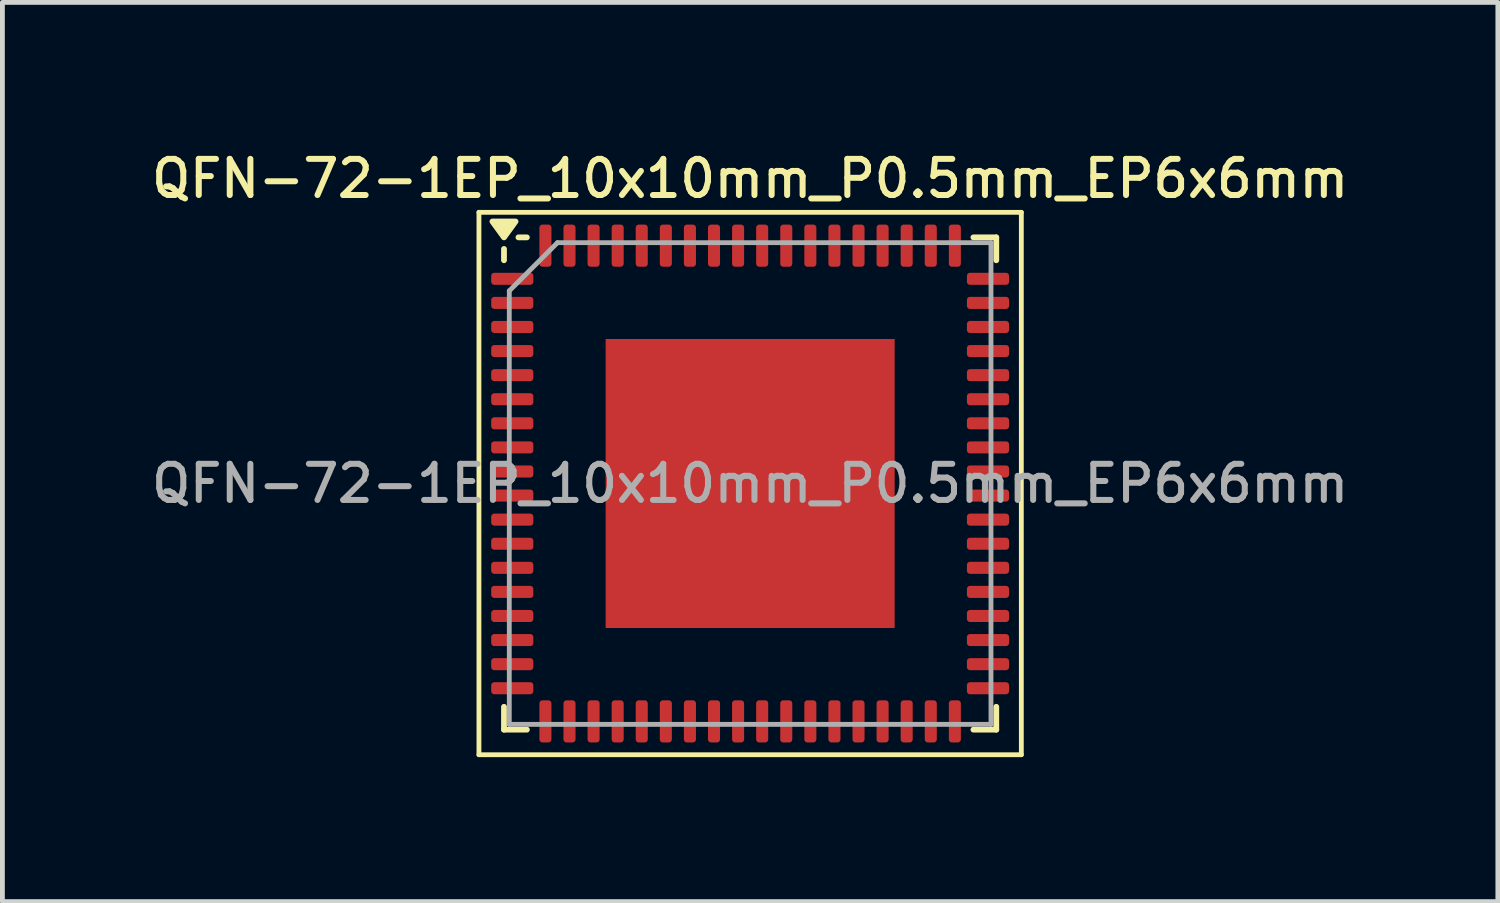
<source format=kicad_pcb>
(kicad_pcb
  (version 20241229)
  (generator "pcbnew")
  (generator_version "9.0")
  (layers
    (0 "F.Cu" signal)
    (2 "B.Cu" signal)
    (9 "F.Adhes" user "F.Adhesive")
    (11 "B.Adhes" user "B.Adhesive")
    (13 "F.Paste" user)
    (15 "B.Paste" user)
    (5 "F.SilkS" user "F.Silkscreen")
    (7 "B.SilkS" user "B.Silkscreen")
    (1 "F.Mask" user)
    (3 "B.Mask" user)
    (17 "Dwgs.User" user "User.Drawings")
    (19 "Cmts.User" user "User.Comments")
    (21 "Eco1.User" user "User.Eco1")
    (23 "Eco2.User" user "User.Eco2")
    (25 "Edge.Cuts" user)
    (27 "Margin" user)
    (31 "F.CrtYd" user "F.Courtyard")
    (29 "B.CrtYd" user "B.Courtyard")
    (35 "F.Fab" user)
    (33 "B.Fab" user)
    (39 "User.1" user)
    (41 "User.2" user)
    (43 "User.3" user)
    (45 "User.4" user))
  (footprint "QFN-72-1EP_10x10mm_P0.5mm_EP6x6mm"
    (layer "F.Cu")
    (at 12.523 6.988)
    (property "Reference" "QFN-72-1EP_10x10mm_P0.5mm_EP6x6mm" (at 0 -6.33 0) (layer "F.SilkS") (effects (font (size 0.75 0.75) (thickness 0.125))))
    (attr smd)
    (fp_line (start -5.63 -5.63) (end -5.63 5.63) (stroke (width 0.1) (type solid)) (layer "F.SilkS"))
    (fp_line (start -5.63 5.63) (end 5.63 5.63) (stroke (width 0.1) (type solid)) (layer "F.SilkS"))
    (fp_line (start -5.11 -4.635) (end -5.11 -4.87) (stroke (width 0.12) (type solid)) (layer "F.SilkS"))
    (fp_line (start -5.11 5.11) (end -5.11 4.635) (stroke (width 0.12) (type solid)) (layer "F.SilkS"))
    (fp_line (start -4.635 -5.11) (end -4.81 -5.11) (stroke (width 0.12) (type solid)) (layer "F.SilkS"))
    (fp_line (start -4.635 5.11) (end -5.11 5.11) (stroke (width 0.12) (type solid)) (layer "F.SilkS"))
    (fp_line (start 4.635 -5.11) (end 5.11 -5.11) (stroke (width 0.12) (type solid)) (layer "F.SilkS"))
    (fp_line (start 4.635 5.11) (end 5.11 5.11) (stroke (width 0.12) (type solid)) (layer "F.SilkS"))
    (fp_line (start 5.11 -5.11) (end 5.11 -4.635) (stroke (width 0.12) (type solid)) (layer "F.SilkS"))
    (fp_line (start 5.11 5.11) (end 5.11 4.635) (stroke (width 0.12) (type solid)) (layer "F.SilkS"))
    (fp_line (start 5.63 -5.63) (end -5.63 -5.63) (stroke (width 0.1) (type solid)) (layer "F.SilkS"))
    (fp_line (start 5.63 5.63) (end 5.63 -5.63) (stroke (width 0.1) (type solid)) (layer "F.SilkS"))
    (fp_poly (pts (xy -5.11 -5.11) (xy -5.35 -5.44) (xy -4.87 -5.44) (xy -5.11 -5.11)) (stroke (width 0.12) (type solid)) (fill yes) (layer "F.SilkS"))
    (fp_line (start -5 -4) (end -4 -5) (stroke (width 0.1) (type solid)) (layer "F.Fab"))
    (fp_line (start -5 5) (end -5 -4) (stroke (width 0.1) (type solid)) (layer "F.Fab"))
    (fp_line (start -4 -5) (end 5 -5) (stroke (width 0.1) (type solid)) (layer "F.Fab"))
    (fp_line (start 5 -5) (end 5 5) (stroke (width 0.1) (type solid)) (layer "F.Fab"))
    (fp_line (start 5 5) (end -5 5) (stroke (width 0.1) (type solid)) (layer "F.Fab"))
    (fp_text user "${REFERENCE}" (at 0 0 0) (layer "F.Fab") (effects (font (size 0.75 0.75) (thickness 0.125))))
    (pad "" smd roundrect (at -2 -2) (size 1.61 1.61) (layers "F.Paste") (roundrect_rratio 0.155))
    (pad "" smd roundrect (at -2 0) (size 1.61 1.61) (layers "F.Paste") (roundrect_rratio 0.155))
    (pad "" smd roundrect (at -2 2) (size 1.61 1.61) (layers "F.Paste") (roundrect_rratio 0.155))
    (pad "" smd roundrect (at 0 -2) (size 1.61 1.61) (layers "F.Paste") (roundrect_rratio 0.155))
    (pad "" smd roundrect (at 0 0) (size 1.61 1.61) (layers "F.Paste") (roundrect_rratio 0.155))
    (pad "" smd roundrect (at 0 2) (size 1.61 1.61) (layers "F.Paste") (roundrect_rratio 0.155))
    (pad "" smd roundrect (at 2 -2) (size 1.61 1.61) (layers "F.Paste") (roundrect_rratio 0.155))
    (pad "" smd roundrect (at 2 0) (size 1.61 1.61) (layers "F.Paste") (roundrect_rratio 0.155))
    (pad "" smd roundrect (at 2 2) (size 1.61 1.61) (layers "F.Paste") (roundrect_rratio 0.155))
    (pad "1" smd roundrect (at -4.938 -4.25) (size 0.875 0.25) (layers "F.Cu" "F.Mask" "F.Paste") (roundrect_rratio 0.25))
    (pad "2" smd roundrect (at -4.938 -3.75) (size 0.875 0.25) (layers "F.Cu" "F.Mask" "F.Paste") (roundrect_rratio 0.25))
    (pad "3" smd roundrect (at -4.938 -3.25) (size 0.875 0.25) (layers "F.Cu" "F.Mask" "F.Paste") (roundrect_rratio 0.25))
    (pad "4" smd roundrect (at -4.938 -2.75) (size 0.875 0.25) (layers "F.Cu" "F.Mask" "F.Paste") (roundrect_rratio 0.25))
    (pad "5" smd roundrect (at -4.938 -2.25) (size 0.875 0.25) (layers "F.Cu" "F.Mask" "F.Paste") (roundrect_rratio 0.25))
    (pad "6" smd roundrect (at -4.938 -1.75) (size 0.875 0.25) (layers "F.Cu" "F.Mask" "F.Paste") (roundrect_rratio 0.25))
    (pad "7" smd roundrect (at -4.938 -1.25) (size 0.875 0.25) (layers "F.Cu" "F.Mask" "F.Paste") (roundrect_rratio 0.25))
    (pad "8" smd roundrect (at -4.938 -0.75) (size 0.875 0.25) (layers "F.Cu" "F.Mask" "F.Paste") (roundrect_rratio 0.25))
    (pad "9" smd roundrect (at -4.938 -0.25) (size 0.875 0.25) (layers "F.Cu" "F.Mask" "F.Paste") (roundrect_rratio 0.25))
    (pad "10" smd roundrect (at -4.938 0.25) (size 0.875 0.25) (layers "F.Cu" "F.Mask" "F.Paste") (roundrect_rratio 0.25))
    (pad "11" smd roundrect (at -4.938 0.75) (size 0.875 0.25) (layers "F.Cu" "F.Mask" "F.Paste") (roundrect_rratio 0.25))
    (pad "12" smd roundrect (at -4.938 1.25) (size 0.875 0.25) (layers "F.Cu" "F.Mask" "F.Paste") (roundrect_rratio 0.25))
    (pad "13" smd roundrect (at -4.938 1.75) (size 0.875 0.25) (layers "F.Cu" "F.Mask" "F.Paste") (roundrect_rratio 0.25))
    (pad "14" smd roundrect (at -4.938 2.25) (size 0.875 0.25) (layers "F.Cu" "F.Mask" "F.Paste") (roundrect_rratio 0.25))
    (pad "15" smd roundrect (at -4.938 2.75) (size 0.875 0.25) (layers "F.Cu" "F.Mask" "F.Paste") (roundrect_rratio 0.25))
    (pad "16" smd roundrect (at -4.938 3.25) (size 0.875 0.25) (layers "F.Cu" "F.Mask" "F.Paste") (roundrect_rratio 0.25))
    (pad "17" smd roundrect (at -4.938 3.75) (size 0.875 0.25) (layers "F.Cu" "F.Mask" "F.Paste") (roundrect_rratio 0.25))
    (pad "18" smd roundrect (at -4.938 4.25) (size 0.875 0.25) (layers "F.Cu" "F.Mask" "F.Paste") (roundrect_rratio 0.25))
    (pad "19" smd roundrect (at -4.25 4.938) (size 0.25 0.875) (layers "F.Cu" "F.Mask" "F.Paste") (roundrect_rratio 0.25))
    (pad "20" smd roundrect (at -3.75 4.938) (size 0.25 0.875) (layers "F.Cu" "F.Mask" "F.Paste") (roundrect_rratio 0.25))
    (pad "21" smd roundrect (at -3.25 4.938) (size 0.25 0.875) (layers "F.Cu" "F.Mask" "F.Paste") (roundrect_rratio 0.25))
    (pad "22" smd roundrect (at -2.75 4.938) (size 0.25 0.875) (layers "F.Cu" "F.Mask" "F.Paste") (roundrect_rratio 0.25))
    (pad "23" smd roundrect (at -2.25 4.938) (size 0.25 0.875) (layers "F.Cu" "F.Mask" "F.Paste") (roundrect_rratio 0.25))
    (pad "24" smd roundrect (at -1.75 4.938) (size 0.25 0.875) (layers "F.Cu" "F.Mask" "F.Paste") (roundrect_rratio 0.25))
    (pad "25" smd roundrect (at -1.25 4.938) (size 0.25 0.875) (layers "F.Cu" "F.Mask" "F.Paste") (roundrect_rratio 0.25))
    (pad "26" smd roundrect (at -0.75 4.938) (size 0.25 0.875) (layers "F.Cu" "F.Mask" "F.Paste") (roundrect_rratio 0.25))
    (pad "27" smd roundrect (at -0.25 4.938) (size 0.25 0.875) (layers "F.Cu" "F.Mask" "F.Paste") (roundrect_rratio 0.25))
    (pad "28" smd roundrect (at 0.25 4.938) (size 0.25 0.875) (layers "F.Cu" "F.Mask" "F.Paste") (roundrect_rratio 0.25))
    (pad "29" smd roundrect (at 0.75 4.938) (size 0.25 0.875) (layers "F.Cu" "F.Mask" "F.Paste") (roundrect_rratio 0.25))
    (pad "30" smd roundrect (at 1.25 4.938) (size 0.25 0.875) (layers "F.Cu" "F.Mask" "F.Paste") (roundrect_rratio 0.25))
    (pad "31" smd roundrect (at 1.75 4.938) (size 0.25 0.875) (layers "F.Cu" "F.Mask" "F.Paste") (roundrect_rratio 0.25))
    (pad "32" smd roundrect (at 2.25 4.938) (size 0.25 0.875) (layers "F.Cu" "F.Mask" "F.Paste") (roundrect_rratio 0.25))
    (pad "33" smd roundrect (at 2.75 4.938) (size 0.25 0.875) (layers "F.Cu" "F.Mask" "F.Paste") (roundrect_rratio 0.25))
    (pad "34" smd roundrect (at 3.25 4.938) (size 0.25 0.875) (layers "F.Cu" "F.Mask" "F.Paste") (roundrect_rratio 0.25))
    (pad "35" smd roundrect (at 3.75 4.938) (size 0.25 0.875) (layers "F.Cu" "F.Mask" "F.Paste") (roundrect_rratio 0.25))
    (pad "36" smd roundrect (at 4.25 4.938) (size 0.25 0.875) (layers "F.Cu" "F.Mask" "F.Paste") (roundrect_rratio 0.25))
    (pad "37" smd roundrect (at 4.938 4.25) (size 0.875 0.25) (layers "F.Cu" "F.Mask" "F.Paste") (roundrect_rratio 0.25))
    (pad "38" smd roundrect (at 4.938 3.75) (size 0.875 0.25) (layers "F.Cu" "F.Mask" "F.Paste") (roundrect_rratio 0.25))
    (pad "39" smd roundrect (at 4.938 3.25) (size 0.875 0.25) (layers "F.Cu" "F.Mask" "F.Paste") (roundrect_rratio 0.25))
    (pad "40" smd roundrect (at 4.938 2.75) (size 0.875 0.25) (layers "F.Cu" "F.Mask" "F.Paste") (roundrect_rratio 0.25))
    (pad "41" smd roundrect (at 4.938 2.25) (size 0.875 0.25) (layers "F.Cu" "F.Mask" "F.Paste") (roundrect_rratio 0.25))
    (pad "42" smd roundrect (at 4.938 1.75) (size 0.875 0.25) (layers "F.Cu" "F.Mask" "F.Paste") (roundrect_rratio 0.25))
    (pad "43" smd roundrect (at 4.938 1.25) (size 0.875 0.25) (layers "F.Cu" "F.Mask" "F.Paste") (roundrect_rratio 0.25))
    (pad "44" smd roundrect (at 4.938 0.75) (size 0.875 0.25) (layers "F.Cu" "F.Mask" "F.Paste") (roundrect_rratio 0.25))
    (pad "45" smd roundrect (at 4.938 0.25) (size 0.875 0.25) (layers "F.Cu" "F.Mask" "F.Paste") (roundrect_rratio 0.25))
    (pad "46" smd roundrect (at 4.938 -0.25) (size 0.875 0.25) (layers "F.Cu" "F.Mask" "F.Paste") (roundrect_rratio 0.25))
    (pad "47" smd roundrect (at 4.938 -0.75) (size 0.875 0.25) (layers "F.Cu" "F.Mask" "F.Paste") (roundrect_rratio 0.25))
    (pad "48" smd roundrect (at 4.938 -1.25) (size 0.875 0.25) (layers "F.Cu" "F.Mask" "F.Paste") (roundrect_rratio 0.25))
    (pad "49" smd roundrect (at 4.938 -1.75) (size 0.875 0.25) (layers "F.Cu" "F.Mask" "F.Paste") (roundrect_rratio 0.25))
    (pad "50" smd roundrect (at 4.938 -2.25) (size 0.875 0.25) (layers "F.Cu" "F.Mask" "F.Paste") (roundrect_rratio 0.25))
    (pad "51" smd roundrect (at 4.938 -2.75) (size 0.875 0.25) (layers "F.Cu" "F.Mask" "F.Paste") (roundrect_rratio 0.25))
    (pad "52" smd roundrect (at 4.938 -3.25) (size 0.875 0.25) (layers "F.Cu" "F.Mask" "F.Paste") (roundrect_rratio 0.25))
    (pad "53" smd roundrect (at 4.938 -3.75) (size 0.875 0.25) (layers "F.Cu" "F.Mask" "F.Paste") (roundrect_rratio 0.25))
    (pad "54" smd roundrect (at 4.938 -4.25) (size 0.875 0.25) (layers "F.Cu" "F.Mask" "F.Paste") (roundrect_rratio 0.25))
    (pad "55" smd roundrect (at 4.25 -4.938) (size 0.25 0.875) (layers "F.Cu" "F.Mask" "F.Paste") (roundrect_rratio 0.25))
    (pad "56" smd roundrect (at 3.75 -4.938) (size 0.25 0.875) (layers "F.Cu" "F.Mask" "F.Paste") (roundrect_rratio 0.25))
    (pad "57" smd roundrect (at 3.25 -4.938) (size 0.25 0.875) (layers "F.Cu" "F.Mask" "F.Paste") (roundrect_rratio 0.25))
    (pad "58" smd roundrect (at 2.75 -4.938) (size 0.25 0.875) (layers "F.Cu" "F.Mask" "F.Paste") (roundrect_rratio 0.25))
    (pad "59" smd roundrect (at 2.25 -4.938) (size 0.25 0.875) (layers "F.Cu" "F.Mask" "F.Paste") (roundrect_rratio 0.25))
    (pad "60" smd roundrect (at 1.75 -4.938) (size 0.25 0.875) (layers "F.Cu" "F.Mask" "F.Paste") (roundrect_rratio 0.25))
    (pad "61" smd roundrect (at 1.25 -4.938) (size 0.25 0.875) (layers "F.Cu" "F.Mask" "F.Paste") (roundrect_rratio 0.25))
    (pad "62" smd roundrect (at 0.75 -4.938) (size 0.25 0.875) (layers "F.Cu" "F.Mask" "F.Paste") (roundrect_rratio 0.25))
    (pad "63" smd roundrect (at 0.25 -4.938) (size 0.25 0.875) (layers "F.Cu" "F.Mask" "F.Paste") (roundrect_rratio 0.25))
    (pad "64" smd roundrect (at -0.25 -4.938) (size 0.25 0.875) (layers "F.Cu" "F.Mask" "F.Paste") (roundrect_rratio 0.25))
    (pad "65" smd roundrect (at -0.75 -4.938) (size 0.25 0.875) (layers "F.Cu" "F.Mask" "F.Paste") (roundrect_rratio 0.25))
    (pad "66" smd roundrect (at -1.25 -4.938) (size 0.25 0.875) (layers "F.Cu" "F.Mask" "F.Paste") (roundrect_rratio 0.25))
    (pad "67" smd roundrect (at -1.75 -4.938) (size 0.25 0.875) (layers "F.Cu" "F.Mask" "F.Paste") (roundrect_rratio 0.25))
    (pad "68" smd roundrect (at -2.25 -4.938) (size 0.25 0.875) (layers "F.Cu" "F.Mask" "F.Paste") (roundrect_rratio 0.25))
    (pad "69" smd roundrect (at -2.75 -4.938) (size 0.25 0.875) (layers "F.Cu" "F.Mask" "F.Paste") (roundrect_rratio 0.25))
    (pad "70" smd roundrect (at -3.25 -4.938) (size 0.25 0.875) (layers "F.Cu" "F.Mask" "F.Paste") (roundrect_rratio 0.25))
    (pad "71" smd roundrect (at -3.75 -4.938) (size 0.25 0.875) (layers "F.Cu" "F.Mask" "F.Paste") (roundrect_rratio 0.25))
    (pad "72" smd roundrect (at -4.25 -4.938) (size 0.25 0.875) (layers "F.Cu" "F.Mask" "F.Paste") (roundrect_rratio 0.25))
    (pad "73" smd rect (at 0 0) (size 6 6) (property pad_prop_heatsink) (layers "F.Cu" "F.Mask")))
  (gr_rect
    (start -3 -3)
    (end 28.046 15.668)
    (stroke (width 0.1) (type default))
    (fill no)
    (layer "Edge.Cuts")))
</source>
